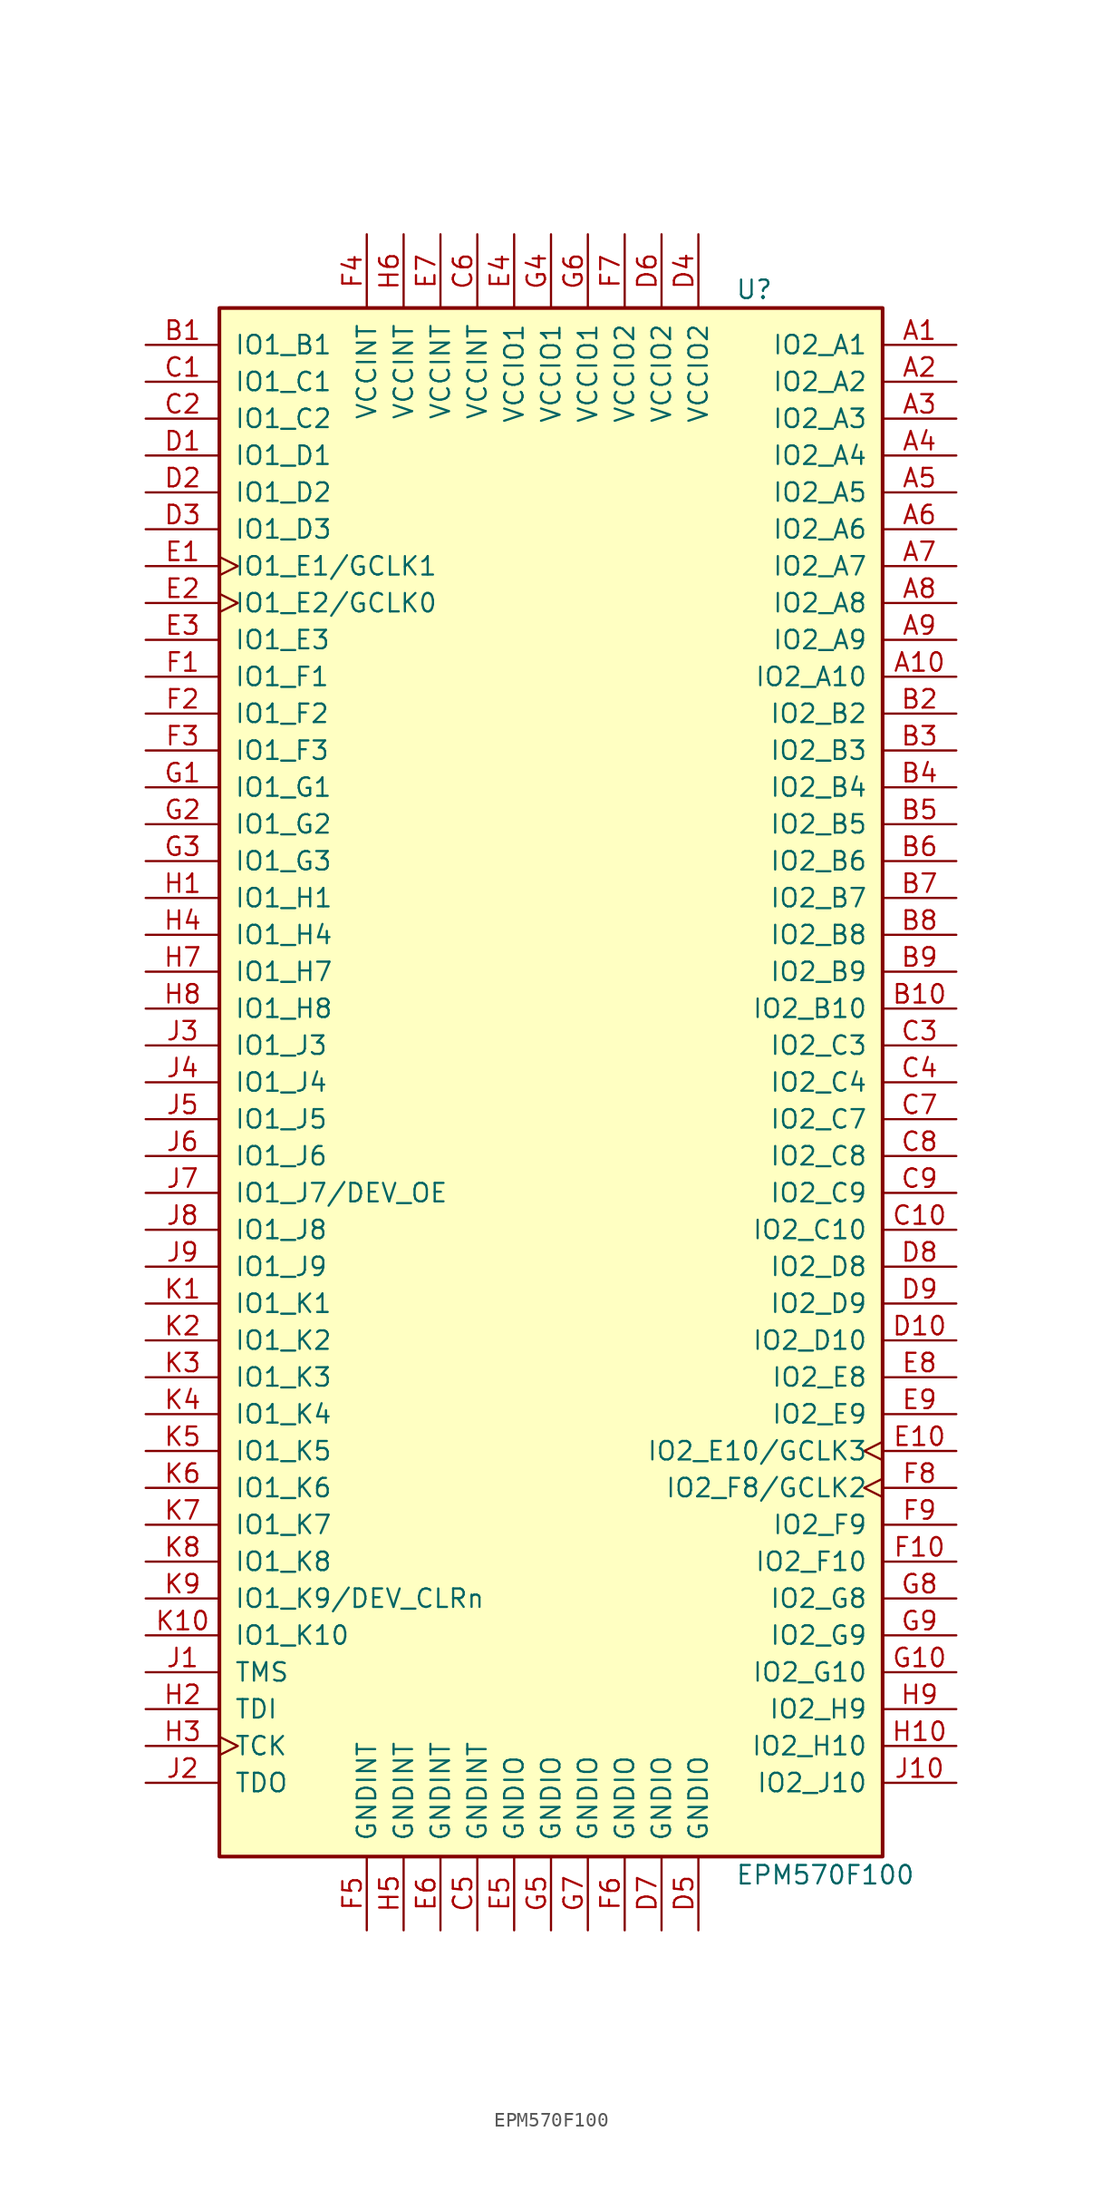
<source format=kicad_sym>
(kicad_symbol_lib
  (version 20241209)
  (generator "kicad_symbol_editor")
  (generator_version "9.0")
  (symbol "EPM570F100"
    (pin_names
      (offset 1.016))
    (property "Reference" "U"
      (at 12.7 54.61 0)
      (effects (font (size 1.27 1.27)) (justify left)))
    (property "Value" "EPM570F100"
      (at 12.7 -54.61 0)
      (effects (font (size 1.27 1.27)) (justify left)))
    (property "ki_locked" ""
      (at 0 0 0)
      (effects (font (size 1.27 1.27))))
    (symbol "EPM570F100_1_1"
      (rectangle (start -22.86 53.34) (end 22.86 -53.34) (stroke (width 0.254) (type default)) (fill (type background)))
      (pin bidirectional line (at -27.94 50.8 0) (length 5.08) (name "IO1_B1" (effects (font (size 1.27 1.27)))) (number "B1" (effects (font (size 1.27 1.27)))))
      (pin bidirectional line (at -27.94 48.26 0) (length 5.08) (name "IO1_C1" (effects (font (size 1.27 1.27)))) (number "C1" (effects (font (size 1.27 1.27)))))
      (pin bidirectional line (at -27.94 45.72 0) (length 5.08) (name "IO1_C2" (effects (font (size 1.27 1.27)))) (number "C2" (effects (font (size 1.27 1.27)))))
      (pin bidirectional line (at -27.94 43.18 0) (length 5.08) (name "IO1_D1" (effects (font (size 1.27 1.27)))) (number "D1" (effects (font (size 1.27 1.27)))))
      (pin bidirectional line (at -27.94 40.64 0) (length 5.08) (name "IO1_D2" (effects (font (size 1.27 1.27)))) (number "D2" (effects (font (size 1.27 1.27)))))
      (pin bidirectional line (at -27.94 38.1 0) (length 5.08) (name "IO1_D3" (effects (font (size 1.27 1.27)))) (number "D3" (effects (font (size 1.27 1.27)))))
      (pin bidirectional clock (at -27.94 35.56 0) (length 5.08) (name "IO1_E1/GCLK1" (effects (font (size 1.27 1.27)))) (number "E1" (effects (font (size 1.27 1.27)))))
      (pin bidirectional clock (at -27.94 33.02 0) (length 5.08) (name "IO1_E2/GCLK0" (effects (font (size 1.27 1.27)))) (number "E2" (effects (font (size 1.27 1.27)))))
      (pin bidirectional line (at -27.94 30.48 0) (length 5.08) (name "IO1_E3" (effects (font (size 1.27 1.27)))) (number "E3" (effects (font (size 1.27 1.27)))))
      (pin bidirectional line (at -27.94 27.94 0) (length 5.08) (name "IO1_F1" (effects (font (size 1.27 1.27)))) (number "F1" (effects (font (size 1.27 1.27)))))
      (pin bidirectional line (at -27.94 25.4 0) (length 5.08) (name "IO1_F2" (effects (font (size 1.27 1.27)))) (number "F2" (effects (font (size 1.27 1.27)))))
      (pin bidirectional line (at -27.94 22.86 0) (length 5.08) (name "IO1_F3" (effects (font (size 1.27 1.27)))) (number "F3" (effects (font (size 1.27 1.27)))))
      (pin bidirectional line (at -27.94 20.32 0) (length 5.08) (name "IO1_G1" (effects (font (size 1.27 1.27)))) (number "G1" (effects (font (size 1.27 1.27)))))
      (pin bidirectional line (at -27.94 17.78 0) (length 5.08) (name "IO1_G2" (effects (font (size 1.27 1.27)))) (number "G2" (effects (font (size 1.27 1.27)))))
      (pin bidirectional line (at -27.94 15.24 0) (length 5.08) (name "IO1_G3" (effects (font (size 1.27 1.27)))) (number "G3" (effects (font (size 1.27 1.27)))))
      (pin bidirectional line (at -27.94 12.7 0) (length 5.08) (name "IO1_H1" (effects (font (size 1.27 1.27)))) (number "H1" (effects (font (size 1.27 1.27)))))
      (pin bidirectional line (at -27.94 10.16 0) (length 5.08) (name "IO1_H4" (effects (font (size 1.27 1.27)))) (number "H4" (effects (font (size 1.27 1.27)))))
      (pin bidirectional line (at -27.94 7.62 0) (length 5.08) (name "IO1_H7" (effects (font (size 1.27 1.27)))) (number "H7" (effects (font (size 1.27 1.27)))))
      (pin bidirectional line (at -27.94 5.08 0) (length 5.08) (name "IO1_H8" (effects (font (size 1.27 1.27)))) (number "H8" (effects (font (size 1.27 1.27)))))
      (pin bidirectional line (at -27.94 2.54 0) (length 5.08) (name "IO1_J3" (effects (font (size 1.27 1.27)))) (number "J3" (effects (font (size 1.27 1.27)))))
      (pin bidirectional line (at -27.94 0 0) (length 5.08) (name "IO1_J4" (effects (font (size 1.27 1.27)))) (number "J4" (effects (font (size 1.27 1.27)))))
      (pin bidirectional line (at -27.94 -2.54 0) (length 5.08) (name "IO1_J5" (effects (font (size 1.27 1.27)))) (number "J5" (effects (font (size 1.27 1.27)))))
      (pin bidirectional line (at -27.94 -5.08 0) (length 5.08) (name "IO1_J6" (effects (font (size 1.27 1.27)))) (number "J6" (effects (font (size 1.27 1.27)))))
      (pin bidirectional line (at -27.94 -7.62 0) (length 5.08) (name "IO1_J7/DEV_OE" (effects (font (size 1.27 1.27)))) (number "J7" (effects (font (size 1.27 1.27)))))
      (pin bidirectional line (at -27.94 -10.16 0) (length 5.08) (name "IO1_J8" (effects (font (size 1.27 1.27)))) (number "J8" (effects (font (size 1.27 1.27)))))
      (pin bidirectional line (at -27.94 -12.7 0) (length 5.08) (name "IO1_J9" (effects (font (size 1.27 1.27)))) (number "J9" (effects (font (size 1.27 1.27)))))
      (pin bidirectional line (at -27.94 -15.24 0) (length 5.08) (name "IO1_K1" (effects (font (size 1.27 1.27)))) (number "K1" (effects (font (size 1.27 1.27)))))
      (pin bidirectional line (at -27.94 -17.78 0) (length 5.08) (name "IO1_K2" (effects (font (size 1.27 1.27)))) (number "K2" (effects (font (size 1.27 1.27)))))
      (pin bidirectional line (at -27.94 -20.32 0) (length 5.08) (name "IO1_K3" (effects (font (size 1.27 1.27)))) (number "K3" (effects (font (size 1.27 1.27)))))
      (pin bidirectional line (at -27.94 -22.86 0) (length 5.08) (name "IO1_K4" (effects (font (size 1.27 1.27)))) (number "K4" (effects (font (size 1.27 1.27)))))
      (pin bidirectional line (at -27.94 -25.4 0) (length 5.08) (name "IO1_K5" (effects (font (size 1.27 1.27)))) (number "K5" (effects (font (size 1.27 1.27)))))
      (pin bidirectional line (at -27.94 -27.94 0) (length 5.08) (name "IO1_K6" (effects (font (size 1.27 1.27)))) (number "K6" (effects (font (size 1.27 1.27)))))
      (pin bidirectional line (at -27.94 -30.48 0) (length 5.08) (name "IO1_K7" (effects (font (size 1.27 1.27)))) (number "K7" (effects (font (size 1.27 1.27)))))
      (pin bidirectional line (at -27.94 -33.02 0) (length 5.08) (name "IO1_K8" (effects (font (size 1.27 1.27)))) (number "K8" (effects (font (size 1.27 1.27)))))
      (pin bidirectional line (at -27.94 -35.56 0) (length 5.08) (name "IO1_K9/DEV_CLRn" (effects (font (size 1.27 1.27)))) (number "K9" (effects (font (size 1.27 1.27)))))
      (pin bidirectional line (at -27.94 -38.1 0) (length 5.08) (name "IO1_K10" (effects (font (size 1.27 1.27)))) (number "K10" (effects (font (size 1.27 1.27)))))
      (pin input line (at -27.94 -40.64 0) (length 5.08) (name "TMS" (effects (font (size 1.27 1.27)))) (number "J1" (effects (font (size 1.27 1.27)))))
      (pin input line (at -27.94 -43.18 0) (length 5.08) (name "TDI" (effects (font (size 1.27 1.27)))) (number "H2" (effects (font (size 1.27 1.27)))))
      (pin input clock (at -27.94 -45.72 0) (length 5.08) (name "TCK" (effects (font (size 1.27 1.27)))) (number "H3" (effects (font (size 1.27 1.27)))))
      (pin output line (at -27.94 -48.26 0) (length 5.08) (name "TDO" (effects (font (size 1.27 1.27)))) (number "J2" (effects (font (size 1.27 1.27)))))
      (pin power_in line (at -12.7 58.42 270) (length 5.08) (name "VCCINT" (effects (font (size 1.27 1.27)))) (number "F4" (effects (font (size 1.27 1.27)))))
      (pin power_in line (at -12.7 -58.42 90) (length 5.08) (name "GNDINT" (effects (font (size 1.27 1.27)))) (number "F5" (effects (font (size 1.27 1.27)))))
      (pin power_in line (at -10.16 58.42 270) (length 5.08) (name "VCCINT" (effects (font (size 1.27 1.27)))) (number "H6" (effects (font (size 1.27 1.27)))))
      (pin power_in line (at -10.16 -58.42 90) (length 5.08) (name "GNDINT" (effects (font (size 1.27 1.27)))) (number "H5" (effects (font (size 1.27 1.27)))))
      (pin power_in line (at -7.62 58.42 270) (length 5.08) (name "VCCINT" (effects (font (size 1.27 1.27)))) (number "E7" (effects (font (size 1.27 1.27)))))
      (pin power_in line (at -7.62 -58.42 90) (length 5.08) (name "GNDINT" (effects (font (size 1.27 1.27)))) (number "E6" (effects (font (size 1.27 1.27)))))
      (pin power_in line (at -5.08 58.42 270) (length 5.08) (name "VCCINT" (effects (font (size 1.27 1.27)))) (number "C6" (effects (font (size 1.27 1.27)))))
      (pin power_in line (at -5.08 -58.42 90) (length 5.08) (name "GNDINT" (effects (font (size 1.27 1.27)))) (number "C5" (effects (font (size 1.27 1.27)))))
      (pin power_in line (at -2.54 58.42 270) (length 5.08) (name "VCCIO1" (effects (font (size 1.27 1.27)))) (number "E4" (effects (font (size 1.27 1.27)))))
      (pin power_in line (at -2.54 -58.42 90) (length 5.08) (name "GNDIO" (effects (font (size 1.27 1.27)))) (number "E5" (effects (font (size 1.27 1.27)))))
      (pin power_in line (at 0 58.42 270) (length 5.08) (name "VCCIO1" (effects (font (size 1.27 1.27)))) (number "G4" (effects (font (size 1.27 1.27)))))
      (pin power_in line (at 0 -58.42 90) (length 5.08) (name "GNDIO" (effects (font (size 1.27 1.27)))) (number "G5" (effects (font (size 1.27 1.27)))))
      (pin power_in line (at 2.54 58.42 270) (length 5.08) (name "VCCIO1" (effects (font (size 1.27 1.27)))) (number "G6" (effects (font (size 1.27 1.27)))))
      (pin power_in line (at 2.54 -58.42 90) (length 5.08) (name "GNDIO" (effects (font (size 1.27 1.27)))) (number "G7" (effects (font (size 1.27 1.27)))))
      (pin power_in line (at 5.08 58.42 270) (length 5.08) (name "VCCIO2" (effects (font (size 1.27 1.27)))) (number "F7" (effects (font (size 1.27 1.27)))))
      (pin power_in line (at 5.08 -58.42 90) (length 5.08) (name "GNDIO" (effects (font (size 1.27 1.27)))) (number "F6" (effects (font (size 1.27 1.27)))))
      (pin power_in line (at 7.62 58.42 270) (length 5.08) (name "VCCIO2" (effects (font (size 1.27 1.27)))) (number "D6" (effects (font (size 1.27 1.27)))))
      (pin power_in line (at 7.62 -58.42 90) (length 5.08) (name "GNDIO" (effects (font (size 1.27 1.27)))) (number "D7" (effects (font (size 1.27 1.27)))))
      (pin power_in line (at 10.16 58.42 270) (length 5.08) (name "VCCIO2" (effects (font (size 1.27 1.27)))) (number "D4" (effects (font (size 1.27 1.27)))))
      (pin power_in line (at 10.16 -58.42 90) (length 5.08) (name "GNDIO" (effects (font (size 1.27 1.27)))) (number "D5" (effects (font (size 1.27 1.27)))))
      (pin bidirectional line (at 27.94 50.8 180) (length 5.08) (name "IO2_A1" (effects (font (size 1.27 1.27)))) (number "A1" (effects (font (size 1.27 1.27)))))
      (pin bidirectional line (at 27.94 48.26 180) (length 5.08) (name "IO2_A2" (effects (font (size 1.27 1.27)))) (number "A2" (effects (font (size 1.27 1.27)))))
      (pin bidirectional line (at 27.94 45.72 180) (length 5.08) (name "IO2_A3" (effects (font (size 1.27 1.27)))) (number "A3" (effects (font (size 1.27 1.27)))))
      (pin bidirectional line (at 27.94 43.18 180) (length 5.08) (name "IO2_A4" (effects (font (size 1.27 1.27)))) (number "A4" (effects (font (size 1.27 1.27)))))
      (pin bidirectional line (at 27.94 40.64 180) (length 5.08) (name "IO2_A5" (effects (font (size 1.27 1.27)))) (number "A5" (effects (font (size 1.27 1.27)))))
      (pin bidirectional line (at 27.94 38.1 180) (length 5.08) (name "IO2_A6" (effects (font (size 1.27 1.27)))) (number "A6" (effects (font (size 1.27 1.27)))))
      (pin bidirectional line (at 27.94 35.56 180) (length 5.08) (name "IO2_A7" (effects (font (size 1.27 1.27)))) (number "A7" (effects (font (size 1.27 1.27)))))
      (pin bidirectional line (at 27.94 33.02 180) (length 5.08) (name "IO2_A8" (effects (font (size 1.27 1.27)))) (number "A8" (effects (font (size 1.27 1.27)))))
      (pin bidirectional line (at 27.94 30.48 180) (length 5.08) (name "IO2_A9" (effects (font (size 1.27 1.27)))) (number "A9" (effects (font (size 1.27 1.27)))))
      (pin bidirectional line (at 27.94 27.94 180) (length 5.08) (name "IO2_A10" (effects (font (size 1.27 1.27)))) (number "A10" (effects (font (size 1.27 1.27)))))
      (pin bidirectional line (at 27.94 25.4 180) (length 5.08) (name "IO2_B2" (effects (font (size 1.27 1.27)))) (number "B2" (effects (font (size 1.27 1.27)))))
      (pin bidirectional line (at 27.94 22.86 180) (length 5.08) (name "IO2_B3" (effects (font (size 1.27 1.27)))) (number "B3" (effects (font (size 1.27 1.27)))))
      (pin bidirectional line (at 27.94 20.32 180) (length 5.08) (name "IO2_B4" (effects (font (size 1.27 1.27)))) (number "B4" (effects (font (size 1.27 1.27)))))
      (pin bidirectional line (at 27.94 17.78 180) (length 5.08) (name "IO2_B5" (effects (font (size 1.27 1.27)))) (number "B5" (effects (font (size 1.27 1.27)))))
      (pin bidirectional line (at 27.94 15.24 180) (length 5.08) (name "IO2_B6" (effects (font (size 1.27 1.27)))) (number "B6" (effects (font (size 1.27 1.27)))))
      (pin bidirectional line (at 27.94 12.7 180) (length 5.08) (name "IO2_B7" (effects (font (size 1.27 1.27)))) (number "B7" (effects (font (size 1.27 1.27)))))
      (pin bidirectional line (at 27.94 10.16 180) (length 5.08) (name "IO2_B8" (effects (font (size 1.27 1.27)))) (number "B8" (effects (font (size 1.27 1.27)))))
      (pin bidirectional line (at 27.94 7.62 180) (length 5.08) (name "IO2_B9" (effects (font (size 1.27 1.27)))) (number "B9" (effects (font (size 1.27 1.27)))))
      (pin bidirectional line (at 27.94 5.08 180) (length 5.08) (name "IO2_B10" (effects (font (size 1.27 1.27)))) (number "B10" (effects (font (size 1.27 1.27)))))
      (pin bidirectional line (at 27.94 2.54 180) (length 5.08) (name "IO2_C3" (effects (font (size 1.27 1.27)))) (number "C3" (effects (font (size 1.27 1.27)))))
      (pin bidirectional line (at 27.94 0 180) (length 5.08) (name "IO2_C4" (effects (font (size 1.27 1.27)))) (number "C4" (effects (font (size 1.27 1.27)))))
      (pin bidirectional line (at 27.94 -2.54 180) (length 5.08) (name "IO2_C7" (effects (font (size 1.27 1.27)))) (number "C7" (effects (font (size 1.27 1.27)))))
      (pin bidirectional line (at 27.94 -5.08 180) (length 5.08) (name "IO2_C8" (effects (font (size 1.27 1.27)))) (number "C8" (effects (font (size 1.27 1.27)))))
      (pin bidirectional line (at 27.94 -7.62 180) (length 5.08) (name "IO2_C9" (effects (font (size 1.27 1.27)))) (number "C9" (effects (font (size 1.27 1.27)))))
      (pin bidirectional line (at 27.94 -10.16 180) (length 5.08) (name "IO2_C10" (effects (font (size 1.27 1.27)))) (number "C10" (effects (font (size 1.27 1.27)))))
      (pin bidirectional line (at 27.94 -12.7 180) (length 5.08) (name "IO2_D8" (effects (font (size 1.27 1.27)))) (number "D8" (effects (font (size 1.27 1.27)))))
      (pin bidirectional line (at 27.94 -15.24 180) (length 5.08) (name "IO2_D9" (effects (font (size 1.27 1.27)))) (number "D9" (effects (font (size 1.27 1.27)))))
      (pin bidirectional line (at 27.94 -17.78 180) (length 5.08) (name "IO2_D10" (effects (font (size 1.27 1.27)))) (number "D10" (effects (font (size 1.27 1.27)))))
      (pin bidirectional line (at 27.94 -20.32 180) (length 5.08) (name "IO2_E8" (effects (font (size 1.27 1.27)))) (number "E8" (effects (font (size 1.27 1.27)))))
      (pin bidirectional line (at 27.94 -22.86 180) (length 5.08) (name "IO2_E9" (effects (font (size 1.27 1.27)))) (number "E9" (effects (font (size 1.27 1.27)))))
      (pin bidirectional clock (at 27.94 -25.4 180) (length 5.08) (name "IO2_E10/GCLK3" (effects (font (size 1.27 1.27)))) (number "E10" (effects (font (size 1.27 1.27)))))
      (pin bidirectional clock (at 27.94 -27.94 180) (length 5.08) (name "IO2_F8/GCLK2" (effects (font (size 1.27 1.27)))) (number "F8" (effects (font (size 1.27 1.27)))))
      (pin bidirectional line (at 27.94 -30.48 180) (length 5.08) (name "IO2_F9" (effects (font (size 1.27 1.27)))) (number "F9" (effects (font (size 1.27 1.27)))))
      (pin bidirectional line (at 27.94 -33.02 180) (length 5.08) (name "IO2_F10" (effects (font (size 1.27 1.27)))) (number "F10" (effects (font (size 1.27 1.27)))))
      (pin bidirectional line (at 27.94 -35.56 180) (length 5.08) (name "IO2_G8" (effects (font (size 1.27 1.27)))) (number "G8" (effects (font (size 1.27 1.27)))))
      (pin bidirectional line (at 27.94 -38.1 180) (length 5.08) (name "IO2_G9" (effects (font (size 1.27 1.27)))) (number "G9" (effects (font (size 1.27 1.27)))))
      (pin bidirectional line (at 27.94 -40.64 180) (length 5.08) (name "IO2_G10" (effects (font (size 1.27 1.27)))) (number "G10" (effects (font (size 1.27 1.27)))))
      (pin bidirectional line (at 27.94 -43.18 180) (length 5.08) (name "IO2_H9" (effects (font (size 1.27 1.27)))) (number "H9" (effects (font (size 1.27 1.27)))))
      (pin bidirectional line (at 27.94 -45.72 180) (length 5.08) (name "IO2_H10" (effects (font (size 1.27 1.27)))) (number "H10" (effects (font (size 1.27 1.27)))))
      (pin bidirectional line (at 27.94 -48.26 180) (length 5.08) (name "IO2_J10" (effects (font (size 1.27 1.27)))) (number "J10" (effects (font (size 1.27 1.27))))))))
</source>
